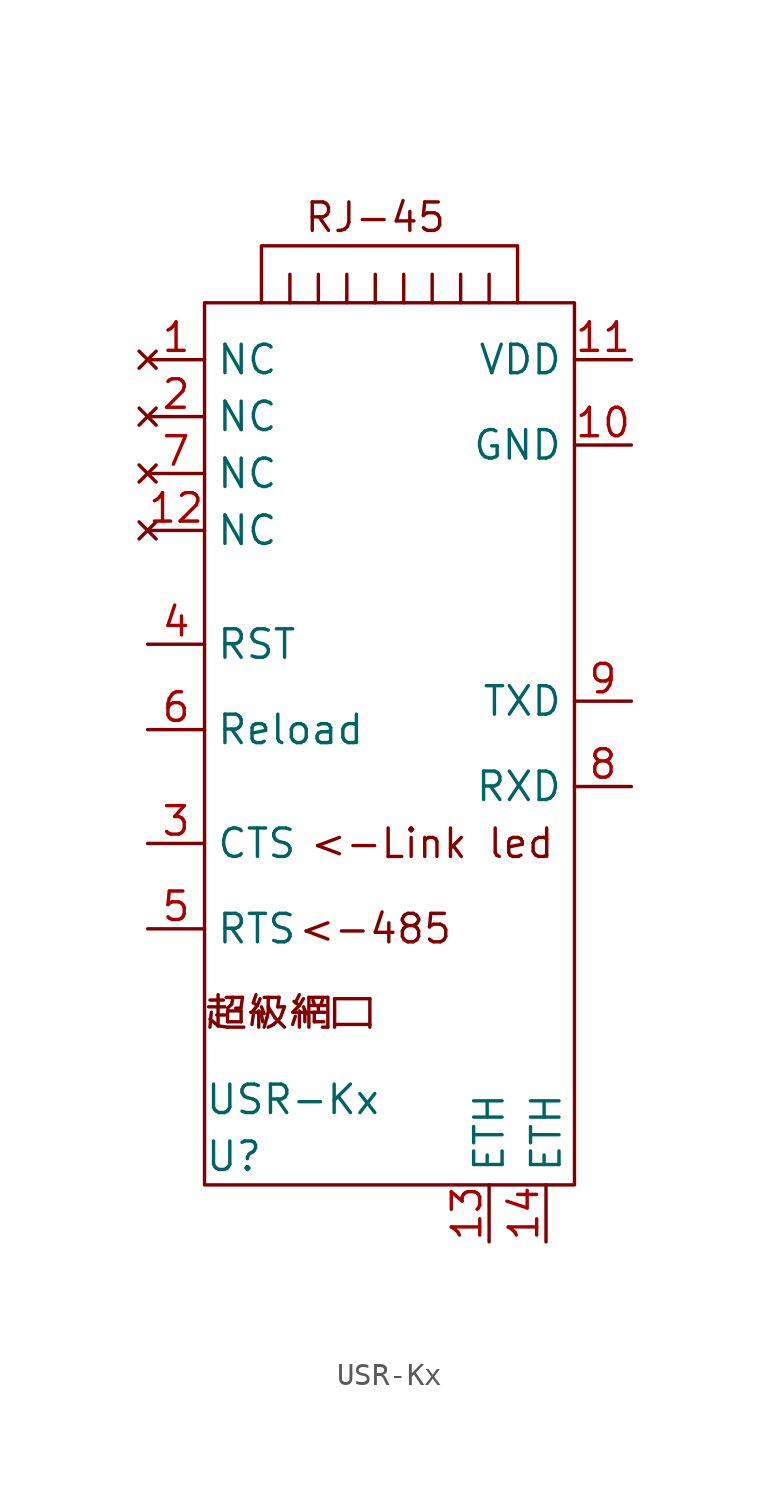
<source format=kicad_sym>
(kicad_symbol_lib
  (version 20211014)
  (generator kicad_symbol_editor)
  (symbol "USR-Kx"
    (property "Reference" "U"
      (at -7.62 -20.32 0)
      (effects (font (size 1.27 1.27)) (justify left)))
    (property "Value" "USR-Kx"
      (at -7.62 -17.78 0)
      (effects (font (size 1.27 1.27)) (justify left)))
    (symbol "USR-Kx_0_0"
      (text "<-485" (at 0 -10.16 0) (effects (font (size 1.27 1.27))))
      (text "<-Link led" (at 2.54 -6.35 0) (effects (font (size 1.27 1.27))))
      (text "RJ-45" (at 0 21.59 0) (effects (font (size 1.27 1.27))))
      (text "超級網口" (at -3.81 -13.97 0) (effects (font (size 1.27 1.27))))
      (pin no_connect line (at -10.16 15.24 0) (length 2.54) (name "NC" (effects (font (size 1.27 1.27)))) (number "1" (effects (font (size 1.27 1.27)))))
      (pin power_in line (at 11.43 11.43 180) (length 2.54) (name "GND" (effects (font (size 1.27 1.27)))) (number "10" (effects (font (size 1.27 1.27)))))
      (pin power_in line (at 11.43 15.24 180) (length 2.54) (name "VDD" (effects (font (size 1.27 1.27)))) (number "11" (effects (font (size 1.27 1.27)))))
      (pin no_connect line (at -10.16 7.62 0) (length 2.54) (name "NC" (effects (font (size 1.27 1.27)))) (number "12" (effects (font (size 1.27 1.27)))))
      (pin unspecified line (at 5.08 -24.13 90) (length 2.54) (name "ETH" (effects (font (size 1.27 1.27)))) (number "13" (effects (font (size 1.27 1.27)))))
      (pin unspecified line (at 7.62 -24.13 90) (length 2.54) (name "ETH" (effects (font (size 1.27 1.27)))) (number "14" (effects (font (size 1.27 1.27)))))
      (pin no_connect line (at -10.16 12.7 0) (length 2.54) (name "NC" (effects (font (size 1.27 1.27)))) (number "2" (effects (font (size 1.27 1.27)))))
      (pin output line (at -10.16 -6.35 0) (length 2.54) (name "CTS" (effects (font (size 1.27 1.27)))) (number "3" (effects (font (size 1.27 1.27)))))
      (pin input line (at -10.16 2.54 0) (length 2.54) (name "RST" (effects (font (size 1.27 1.27)))) (number "4" (effects (font (size 1.27 1.27)))))
      (pin output line (at -10.16 -10.16 0) (length 2.54) (name "RTS" (effects (font (size 1.27 1.27)))) (number "5" (effects (font (size 1.27 1.27)))))
      (pin input line (at -10.16 -1.27 0) (length 2.54) (name "Reload" (effects (font (size 1.27 1.27)))) (number "6" (effects (font (size 1.27 1.27)))))
      (pin no_connect line (at -10.16 10.16 0) (length 2.54) (name "NC" (effects (font (size 1.27 1.27)))) (number "7" (effects (font (size 1.27 1.27)))))
      (pin input line (at 11.43 -3.81 180) (length 2.54) (name "RXD" (effects (font (size 1.27 1.27)))) (number "8" (effects (font (size 1.27 1.27)))))
      (pin output line (at 11.43 0 180) (length 2.54) (name "TXD" (effects (font (size 1.27 1.27)))) (number "9" (effects (font (size 1.27 1.27))))))
    (symbol "USR-Kx_0_1"
      (rectangle (start -7.62 17.78) (end 8.89 -21.59) (stroke (width 0) (type default) (color 0 0 0 0)) (fill (type none)))
      (polyline (pts (xy -3.81 17.78) (xy -3.81 19.05)) (stroke (width 0) (type default) (color 0 0 0 0)) (fill (type none)))
      (polyline (pts (xy -2.54 17.78) (xy -2.54 19.05)) (stroke (width 0) (type default) (color 0 0 0 0)) (fill (type none)))
      (polyline (pts (xy -1.27 17.78) (xy -1.27 19.05)) (stroke (width 0) (type default) (color 0 0 0 0)) (fill (type none)))
      (polyline (pts (xy 0 17.78) (xy 0 19.05)) (stroke (width 0) (type default) (color 0 0 0 0)) (fill (type none)))
      (polyline (pts (xy 1.27 17.78) (xy 1.27 19.05)) (stroke (width 0) (type default) (color 0 0 0 0)) (fill (type none)))
      (polyline (pts (xy 2.54 17.78) (xy 2.54 19.05)) (stroke (width 0) (type default) (color 0 0 0 0)) (fill (type none)))
      (polyline (pts (xy 3.81 17.78) (xy 3.81 19.05)) (stroke (width 0) (type default) (color 0 0 0 0)) (fill (type none)))
      (polyline (pts (xy 5.08 17.78) (xy 5.08 19.05)) (stroke (width 0) (type default) (color 0 0 0 0)) (fill (type none)))
      (polyline (pts (xy -5.08 17.78) (xy -5.08 20.32) (xy 6.35 20.32) (xy 6.35 17.78)) (stroke (width 0) (type default) (color 0 0 0 0)) (fill (type none))))))
</source>
